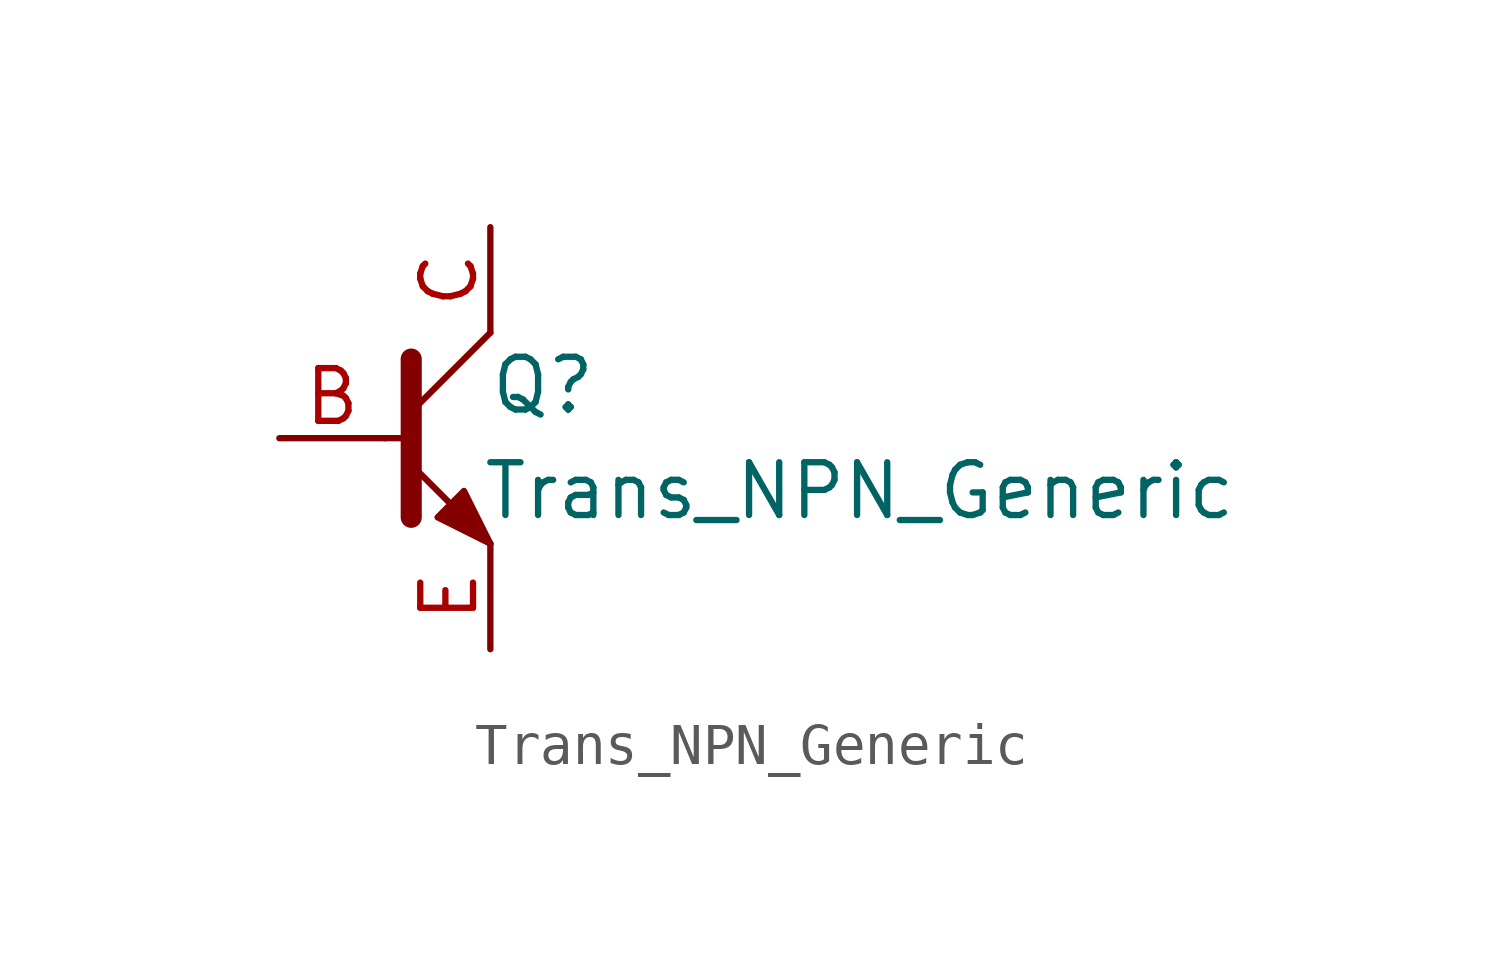
<source format=kicad_sym>
(kicad_symbol_lib
  (version 20241209)
  (generator "kicad_symbol_editor")
  (generator_version "9.0")
  (symbol "Trans_NPN_Generic"
    (pin_names
      (offset 0)
      (hide yes))
    (property "Reference" "Q"
      (at 2.54 1.27 0)
      (effects (font (size 1.27 1.27))))
    (property "Value" "Trans_NPN_Generic"
      (at 10.16 -1.27 0)
      (effects (font (size 1.27 1.27))))
    (symbol "Trans_NPN_Generic_1_1"
      (polyline (pts (xy -1.27 0) (xy -0.635 0)) (stroke (width 0) (type solid)) (fill (type none)))
      (polyline (pts (xy -0.635 1.905) (xy -0.635 -1.905)) (stroke (width 0.508) (type solid)) (fill (type none)))
      (polyline (pts (xy -0.635 0.635) (xy 1.27 2.54)) (stroke (width 0) (type solid)) (fill (type none)))
      (polyline (pts (xy 0 -1.905) (xy 0.635 -1.27) (xy 1.27 -2.54) (xy 0 -1.905)) (stroke (width 0) (type solid)) (fill (type outline)))
      (polyline (pts (xy 1.27 -2.54) (xy -0.635 -0.635)) (stroke (width 0) (type solid)) (fill (type none)))
      (pin input line (at -3.81 0 0) (length 2.54) (name "B" (effects (font (size 1.27 1.27)))) (number "B" (effects (font (size 1.27 1.27)))))
      (pin passive line (at 1.27 5.08 270) (length 2.54) (name "C" (effects (font (size 1.27 1.27)))) (number "C" (effects (font (size 1.27 1.27)))))
      (pin passive line (at 1.27 -5.08 90) (length 2.54) (name "E" (effects (font (size 1.27 1.27)))) (number "E" (effects (font (size 1.27 1.27))))))))
</source>
